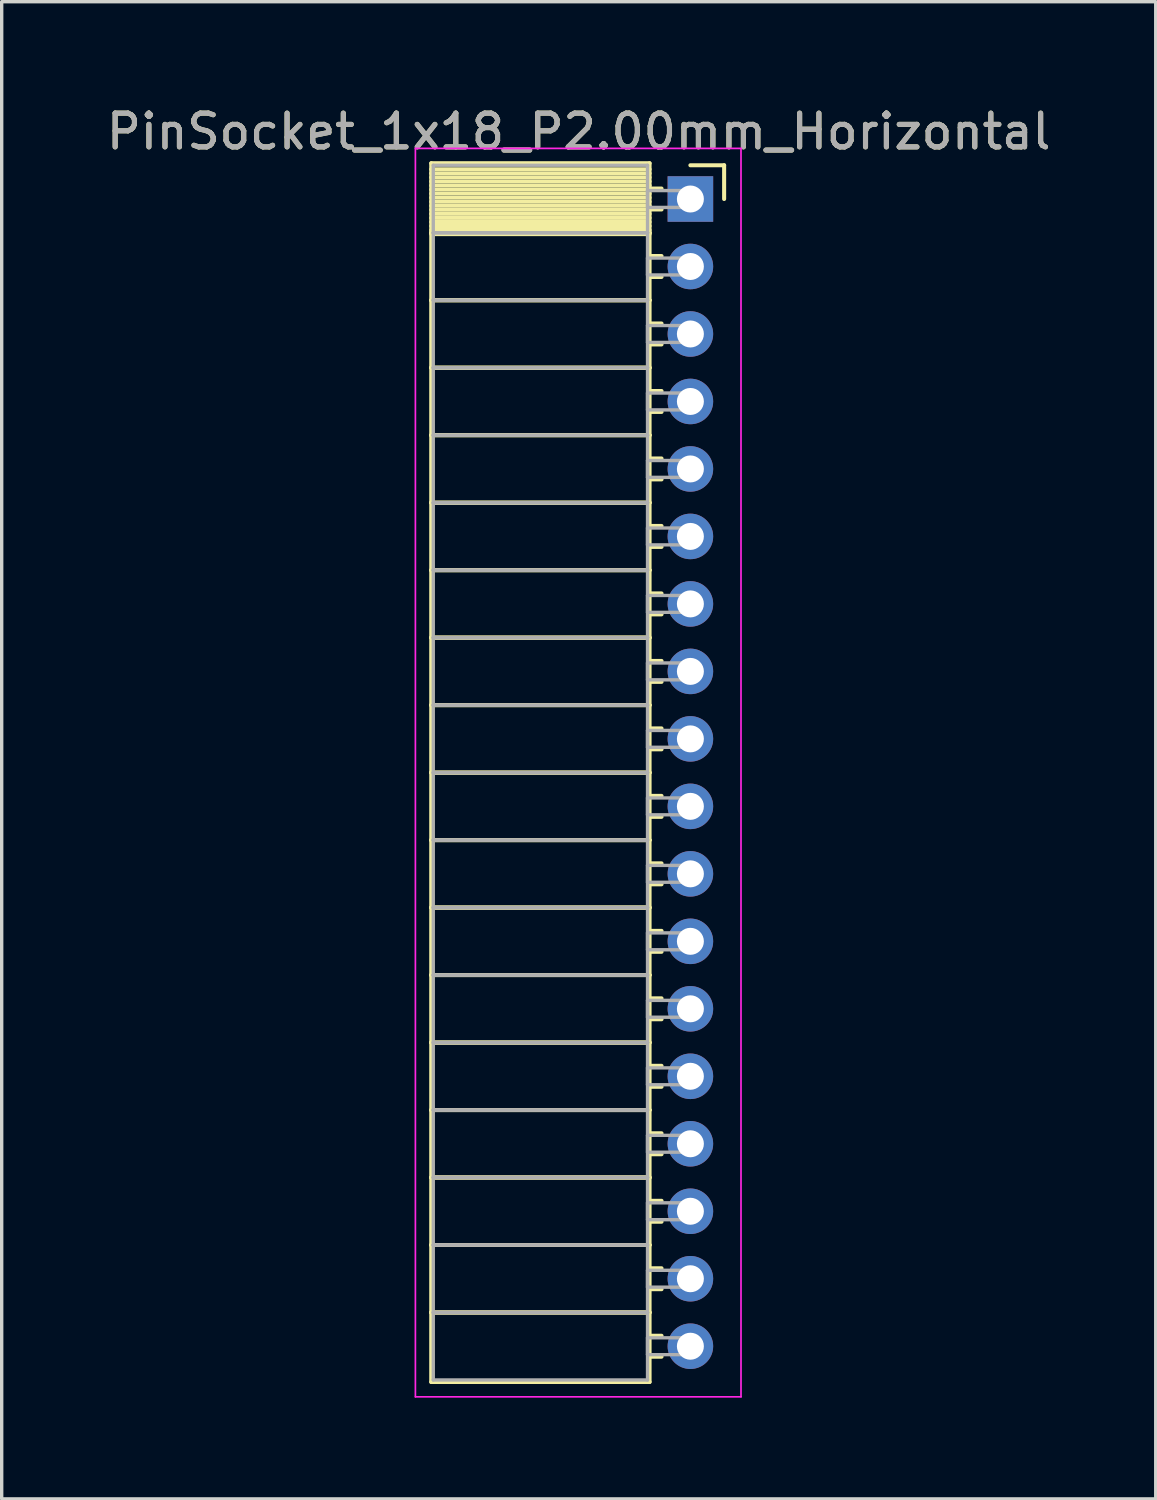
<source format=kicad_pcb>
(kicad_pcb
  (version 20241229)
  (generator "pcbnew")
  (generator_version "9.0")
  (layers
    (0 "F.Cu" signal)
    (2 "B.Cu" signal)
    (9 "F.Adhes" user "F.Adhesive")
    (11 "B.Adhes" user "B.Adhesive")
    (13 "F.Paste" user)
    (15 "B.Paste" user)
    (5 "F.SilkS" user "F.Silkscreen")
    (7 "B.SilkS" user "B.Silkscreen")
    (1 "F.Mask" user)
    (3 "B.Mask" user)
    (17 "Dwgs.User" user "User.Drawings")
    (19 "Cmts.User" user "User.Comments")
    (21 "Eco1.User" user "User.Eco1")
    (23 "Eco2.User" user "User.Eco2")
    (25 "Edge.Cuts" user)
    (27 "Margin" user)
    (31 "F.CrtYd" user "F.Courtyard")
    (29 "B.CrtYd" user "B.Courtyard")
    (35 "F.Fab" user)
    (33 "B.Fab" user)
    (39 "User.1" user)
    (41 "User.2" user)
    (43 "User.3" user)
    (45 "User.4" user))
  (footprint "PinSocket_1x18_P2.00mm_Horizontal"
    (layer "F.Cu")
    (at 17.411 2.848)
    (property "Reference" "PinSocket_1x18_P2.00mm_Horizontal" (at -3.31 -2 0) (layer "F.SilkS") (effects (font (size 1 1) (thickness 0.15))))
    (attr through_hole)
    (fp_line (start -7.68 -1.06) (end -1.21 -1.06) (stroke (width 0.12) (type solid)) (layer "F.SilkS"))
    (fp_line (start -7.68 1) (end -7.68 -1.06) (stroke (width 0.12) (type solid)) (layer "F.SilkS"))
    (fp_line (start -7.68 1) (end -1.21 1) (stroke (width 0.12) (type solid)) (layer "F.SilkS"))
    (fp_line (start -7.68 3) (end -7.68 1) (stroke (width 0.12) (type solid)) (layer "F.SilkS"))
    (fp_line (start -7.68 3) (end -1.21 3) (stroke (width 0.12) (type solid)) (layer "F.SilkS"))
    (fp_line (start -7.68 5) (end -7.68 3) (stroke (width 0.12) (type solid)) (layer "F.SilkS"))
    (fp_line (start -7.68 5) (end -1.21 5) (stroke (width 0.12) (type solid)) (layer "F.SilkS"))
    (fp_line (start -7.68 7) (end -7.68 5) (stroke (width 0.12) (type solid)) (layer "F.SilkS"))
    (fp_line (start -7.68 7) (end -1.21 7) (stroke (width 0.12) (type solid)) (layer "F.SilkS"))
    (fp_line (start -7.68 9) (end -7.68 7) (stroke (width 0.12) (type solid)) (layer "F.SilkS"))
    (fp_line (start -7.68 9) (end -1.21 9) (stroke (width 0.12) (type solid)) (layer "F.SilkS"))
    (fp_line (start -7.68 11) (end -7.68 9) (stroke (width 0.12) (type solid)) (layer "F.SilkS"))
    (fp_line (start -7.68 11) (end -1.21 11) (stroke (width 0.12) (type solid)) (layer "F.SilkS"))
    (fp_line (start -7.68 13) (end -7.68 11) (stroke (width 0.12) (type solid)) (layer "F.SilkS"))
    (fp_line (start -7.68 13) (end -1.21 13) (stroke (width 0.12) (type solid)) (layer "F.SilkS"))
    (fp_line (start -7.68 15) (end -7.68 13) (stroke (width 0.12) (type solid)) (layer "F.SilkS"))
    (fp_line (start -7.68 15) (end -1.21 15) (stroke (width 0.12) (type solid)) (layer "F.SilkS"))
    (fp_line (start -7.68 17) (end -7.68 15) (stroke (width 0.12) (type solid)) (layer "F.SilkS"))
    (fp_line (start -7.68 17) (end -1.21 17) (stroke (width 0.12) (type solid)) (layer "F.SilkS"))
    (fp_line (start -7.68 19) (end -7.68 17) (stroke (width 0.12) (type solid)) (layer "F.SilkS"))
    (fp_line (start -7.68 19) (end -1.21 19) (stroke (width 0.12) (type solid)) (layer "F.SilkS"))
    (fp_line (start -7.68 21) (end -7.68 19) (stroke (width 0.12) (type solid)) (layer "F.SilkS"))
    (fp_line (start -7.68 21) (end -1.21 21) (stroke (width 0.12) (type solid)) (layer "F.SilkS"))
    (fp_line (start -7.68 23) (end -7.68 21) (stroke (width 0.12) (type solid)) (layer "F.SilkS"))
    (fp_line (start -7.68 23) (end -1.21 23) (stroke (width 0.12) (type solid)) (layer "F.SilkS"))
    (fp_line (start -7.68 25) (end -7.68 23) (stroke (width 0.12) (type solid)) (layer "F.SilkS"))
    (fp_line (start -7.68 25) (end -1.21 25) (stroke (width 0.12) (type solid)) (layer "F.SilkS"))
    (fp_line (start -7.68 27) (end -7.68 25) (stroke (width 0.12) (type solid)) (layer "F.SilkS"))
    (fp_line (start -7.68 27) (end -1.21 27) (stroke (width 0.12) (type solid)) (layer "F.SilkS"))
    (fp_line (start -7.68 29) (end -7.68 27) (stroke (width 0.12) (type solid)) (layer "F.SilkS"))
    (fp_line (start -7.68 29) (end -1.21 29) (stroke (width 0.12) (type solid)) (layer "F.SilkS"))
    (fp_line (start -7.68 31) (end -7.68 29) (stroke (width 0.12) (type solid)) (layer "F.SilkS"))
    (fp_line (start -7.68 31) (end -1.21 31) (stroke (width 0.12) (type solid)) (layer "F.SilkS"))
    (fp_line (start -7.68 33) (end -7.68 31) (stroke (width 0.12) (type solid)) (layer "F.SilkS"))
    (fp_line (start -7.68 33) (end -1.21 33) (stroke (width 0.12) (type solid)) (layer "F.SilkS"))
    (fp_line (start -7.68 35.06) (end -7.68 33) (stroke (width 0.12) (type solid)) (layer "F.SilkS"))
    (fp_line (start -1.21 -1.06) (end -1.21 1) (stroke (width 0.12) (type solid)) (layer "F.SilkS"))
    (fp_line (start -1.21 -0.88) (end -7.68 -0.88) (stroke (width 0.12) (type solid)) (layer "F.SilkS"))
    (fp_line (start -1.21 -0.76) (end -7.68 -0.76) (stroke (width 0.12) (type solid)) (layer "F.SilkS"))
    (fp_line (start -1.21 -0.64) (end -7.68 -0.64) (stroke (width 0.12) (type solid)) (layer "F.SilkS"))
    (fp_line (start -1.21 -0.52) (end -7.68 -0.52) (stroke (width 0.12) (type solid)) (layer "F.SilkS"))
    (fp_line (start -1.21 -0.4) (end -7.68 -0.4) (stroke (width 0.12) (type solid)) (layer "F.SilkS"))
    (fp_line (start -1.21 -0.28) (end -7.68 -0.28) (stroke (width 0.12) (type solid)) (layer "F.SilkS"))
    (fp_line (start -1.21 -0.16) (end -7.68 -0.16) (stroke (width 0.12) (type solid)) (layer "F.SilkS"))
    (fp_line (start -1.21 -0.04) (end -7.68 -0.04) (stroke (width 0.12) (type solid)) (layer "F.SilkS"))
    (fp_line (start -1.21 0.08) (end -7.68 0.08) (stroke (width 0.12) (type solid)) (layer "F.SilkS"))
    (fp_line (start -1.21 0.2) (end -7.68 0.2) (stroke (width 0.12) (type solid)) (layer "F.SilkS"))
    (fp_line (start -1.21 0.32) (end -7.68 0.32) (stroke (width 0.12) (type solid)) (layer "F.SilkS"))
    (fp_line (start -1.21 0.44) (end -7.68 0.44) (stroke (width 0.12) (type solid)) (layer "F.SilkS"))
    (fp_line (start -1.21 0.56) (end -7.68 0.56) (stroke (width 0.12) (type solid)) (layer "F.SilkS"))
    (fp_line (start -1.21 0.68) (end -7.68 0.68) (stroke (width 0.12) (type solid)) (layer "F.SilkS"))
    (fp_line (start -1.21 0.8) (end -7.68 0.8) (stroke (width 0.12) (type solid)) (layer "F.SilkS"))
    (fp_line (start -1.21 0.92) (end -7.68 0.92) (stroke (width 0.12) (type solid)) (layer "F.SilkS"))
    (fp_line (start -1.21 1) (end -7.68 1) (stroke (width 0.12) (type solid)) (layer "F.SilkS"))
    (fp_line (start -1.21 1) (end -1.21 3) (stroke (width 0.12) (type solid)) (layer "F.SilkS"))
    (fp_line (start -1.21 1.04) (end -7.68 1.04) (stroke (width 0.12) (type solid)) (layer "F.SilkS"))
    (fp_line (start -1.21 3) (end -7.68 3) (stroke (width 0.12) (type solid)) (layer "F.SilkS"))
    (fp_line (start -1.21 3) (end -1.21 5) (stroke (width 0.12) (type solid)) (layer "F.SilkS"))
    (fp_line (start -1.21 5) (end -7.68 5) (stroke (width 0.12) (type solid)) (layer "F.SilkS"))
    (fp_line (start -1.21 5) (end -1.21 7) (stroke (width 0.12) (type solid)) (layer "F.SilkS"))
    (fp_line (start -1.21 7) (end -7.68 7) (stroke (width 0.12) (type solid)) (layer "F.SilkS"))
    (fp_line (start -1.21 7) (end -1.21 9) (stroke (width 0.12) (type solid)) (layer "F.SilkS"))
    (fp_line (start -1.21 9) (end -7.68 9) (stroke (width 0.12) (type solid)) (layer "F.SilkS"))
    (fp_line (start -1.21 9) (end -1.21 11) (stroke (width 0.12) (type solid)) (layer "F.SilkS"))
    (fp_line (start -1.21 11) (end -7.68 11) (stroke (width 0.12) (type solid)) (layer "F.SilkS"))
    (fp_line (start -1.21 11) (end -1.21 13) (stroke (width 0.12) (type solid)) (layer "F.SilkS"))
    (fp_line (start -1.21 13) (end -7.68 13) (stroke (width 0.12) (type solid)) (layer "F.SilkS"))
    (fp_line (start -1.21 13) (end -1.21 15) (stroke (width 0.12) (type solid)) (layer "F.SilkS"))
    (fp_line (start -1.21 15) (end -7.68 15) (stroke (width 0.12) (type solid)) (layer "F.SilkS"))
    (fp_line (start -1.21 15) (end -1.21 17) (stroke (width 0.12) (type solid)) (layer "F.SilkS"))
    (fp_line (start -1.21 17) (end -7.68 17) (stroke (width 0.12) (type solid)) (layer "F.SilkS"))
    (fp_line (start -1.21 17) (end -1.21 19) (stroke (width 0.12) (type solid)) (layer "F.SilkS"))
    (fp_line (start -1.21 19) (end -7.68 19) (stroke (width 0.12) (type solid)) (layer "F.SilkS"))
    (fp_line (start -1.21 19) (end -1.21 21) (stroke (width 0.12) (type solid)) (layer "F.SilkS"))
    (fp_line (start -1.21 21) (end -7.68 21) (stroke (width 0.12) (type solid)) (layer "F.SilkS"))
    (fp_line (start -1.21 21) (end -1.21 23) (stroke (width 0.12) (type solid)) (layer "F.SilkS"))
    (fp_line (start -1.21 23) (end -7.68 23) (stroke (width 0.12) (type solid)) (layer "F.SilkS"))
    (fp_line (start -1.21 23) (end -1.21 25) (stroke (width 0.12) (type solid)) (layer "F.SilkS"))
    (fp_line (start -1.21 25) (end -7.68 25) (stroke (width 0.12) (type solid)) (layer "F.SilkS"))
    (fp_line (start -1.21 25) (end -1.21 27) (stroke (width 0.12) (type solid)) (layer "F.SilkS"))
    (fp_line (start -1.21 27) (end -7.68 27) (stroke (width 0.12) (type solid)) (layer "F.SilkS"))
    (fp_line (start -1.21 27) (end -1.21 29) (stroke (width 0.12) (type solid)) (layer "F.SilkS"))
    (fp_line (start -1.21 29) (end -7.68 29) (stroke (width 0.12) (type solid)) (layer "F.SilkS"))
    (fp_line (start -1.21 29) (end -1.21 31) (stroke (width 0.12) (type solid)) (layer "F.SilkS"))
    (fp_line (start -1.21 31) (end -7.68 31) (stroke (width 0.12) (type solid)) (layer "F.SilkS"))
    (fp_line (start -1.21 31) (end -1.21 33) (stroke (width 0.12) (type solid)) (layer "F.SilkS"))
    (fp_line (start -1.21 33) (end -7.68 33) (stroke (width 0.12) (type solid)) (layer "F.SilkS"))
    (fp_line (start -1.21 33) (end -1.21 35.06) (stroke (width 0.12) (type solid)) (layer "F.SilkS"))
    (fp_line (start -1.21 35.06) (end -7.68 35.06) (stroke (width 0.12) (type solid)) (layer "F.SilkS"))
    (fp_line (start -0.855 -0.31) (end -1.21 -0.31) (stroke (width 0.12) (type solid)) (layer "F.SilkS"))
    (fp_line (start -0.855 0.31) (end -1.21 0.31) (stroke (width 0.12) (type solid)) (layer "F.SilkS"))
    (fp_line (start -0.855 1.69) (end -1.21 1.69) (stroke (width 0.12) (type solid)) (layer "F.SilkS"))
    (fp_line (start -0.855 2.31) (end -1.21 2.31) (stroke (width 0.12) (type solid)) (layer "F.SilkS"))
    (fp_line (start -0.855 3.69) (end -1.21 3.69) (stroke (width 0.12) (type solid)) (layer "F.SilkS"))
    (fp_line (start -0.855 4.31) (end -1.21 4.31) (stroke (width 0.12) (type solid)) (layer "F.SilkS"))
    (fp_line (start -0.855 5.69) (end -1.21 5.69) (stroke (width 0.12) (type solid)) (layer "F.SilkS"))
    (fp_line (start -0.855 6.31) (end -1.21 6.31) (stroke (width 0.12) (type solid)) (layer "F.SilkS"))
    (fp_line (start -0.855 7.69) (end -1.21 7.69) (stroke (width 0.12) (type solid)) (layer "F.SilkS"))
    (fp_line (start -0.855 8.31) (end -1.21 8.31) (stroke (width 0.12) (type solid)) (layer "F.SilkS"))
    (fp_line (start -0.855 9.69) (end -1.21 9.69) (stroke (width 0.12) (type solid)) (layer "F.SilkS"))
    (fp_line (start -0.855 10.31) (end -1.21 10.31) (stroke (width 0.12) (type solid)) (layer "F.SilkS"))
    (fp_line (start -0.855 11.69) (end -1.21 11.69) (stroke (width 0.12) (type solid)) (layer "F.SilkS"))
    (fp_line (start -0.855 12.31) (end -1.21 12.31) (stroke (width 0.12) (type solid)) (layer "F.SilkS"))
    (fp_line (start -0.855 13.69) (end -1.21 13.69) (stroke (width 0.12) (type solid)) (layer "F.SilkS"))
    (fp_line (start -0.855 14.31) (end -1.21 14.31) (stroke (width 0.12) (type solid)) (layer "F.SilkS"))
    (fp_line (start -0.855 15.69) (end -1.21 15.69) (stroke (width 0.12) (type solid)) (layer "F.SilkS"))
    (fp_line (start -0.855 16.31) (end -1.21 16.31) (stroke (width 0.12) (type solid)) (layer "F.SilkS"))
    (fp_line (start -0.855 17.69) (end -1.21 17.69) (stroke (width 0.12) (type solid)) (layer "F.SilkS"))
    (fp_line (start -0.855 18.31) (end -1.21 18.31) (stroke (width 0.12) (type solid)) (layer "F.SilkS"))
    (fp_line (start -0.855 19.69) (end -1.21 19.69) (stroke (width 0.12) (type solid)) (layer "F.SilkS"))
    (fp_line (start -0.855 20.31) (end -1.21 20.31) (stroke (width 0.12) (type solid)) (layer "F.SilkS"))
    (fp_line (start -0.855 21.69) (end -1.21 21.69) (stroke (width 0.12) (type solid)) (layer "F.SilkS"))
    (fp_line (start -0.855 22.31) (end -1.21 22.31) (stroke (width 0.12) (type solid)) (layer "F.SilkS"))
    (fp_line (start -0.855 23.69) (end -1.21 23.69) (stroke (width 0.12) (type solid)) (layer "F.SilkS"))
    (fp_line (start -0.855 24.31) (end -1.21 24.31) (stroke (width 0.12) (type solid)) (layer "F.SilkS"))
    (fp_line (start -0.855 25.69) (end -1.21 25.69) (stroke (width 0.12) (type solid)) (layer "F.SilkS"))
    (fp_line (start -0.855 26.31) (end -1.21 26.31) (stroke (width 0.12) (type solid)) (layer "F.SilkS"))
    (fp_line (start -0.855 27.69) (end -1.21 27.69) (stroke (width 0.12) (type solid)) (layer "F.SilkS"))
    (fp_line (start -0.855 28.31) (end -1.21 28.31) (stroke (width 0.12) (type solid)) (layer "F.SilkS"))
    (fp_line (start -0.855 29.69) (end -1.21 29.69) (stroke (width 0.12) (type solid)) (layer "F.SilkS"))
    (fp_line (start -0.855 30.31) (end -1.21 30.31) (stroke (width 0.12) (type solid)) (layer "F.SilkS"))
    (fp_line (start -0.855 31.69) (end -1.21 31.69) (stroke (width 0.12) (type solid)) (layer "F.SilkS"))
    (fp_line (start -0.855 32.31) (end -1.21 32.31) (stroke (width 0.12) (type solid)) (layer "F.SilkS"))
    (fp_line (start -0.855 33.69) (end -1.21 33.69) (stroke (width 0.12) (type solid)) (layer "F.SilkS"))
    (fp_line (start -0.855 34.31) (end -1.21 34.31) (stroke (width 0.12) (type solid)) (layer "F.SilkS"))
    (fp_line (start 0 -1) (end 1 -1) (stroke (width 0.12) (type solid)) (layer "F.SilkS"))
    (fp_line (start 1 -1) (end 1 0) (stroke (width 0.12) (type solid)) (layer "F.SilkS"))
    (fp_line (start -8.15 -1.5) (end 1.5 -1.5) (stroke (width 0.05) (type solid)) (layer "F.CrtYd"))
    (fp_line (start -8.15 35.5) (end -8.15 -1.5) (stroke (width 0.05) (type solid)) (layer "F.CrtYd"))
    (fp_line (start 1.5 -1.5) (end 1.5 35.5) (stroke (width 0.05) (type solid)) (layer "F.CrtYd"))
    (fp_line (start 1.5 35.5) (end -8.15 35.5) (stroke (width 0.05) (type solid)) (layer "F.CrtYd"))
    (fp_line (start -7.62 -1) (end -1.27 -1) (stroke (width 0.1) (type solid)) (layer "F.Fab"))
    (fp_line (start -7.62 1) (end -7.62 -1) (stroke (width 0.1) (type solid)) (layer "F.Fab"))
    (fp_line (start -7.62 1) (end -1.27 1) (stroke (width 0.1) (type solid)) (layer "F.Fab"))
    (fp_line (start -7.62 3) (end -7.62 1) (stroke (width 0.1) (type solid)) (layer "F.Fab"))
    (fp_line (start -7.62 3) (end -1.27 3) (stroke (width 0.1) (type solid)) (layer "F.Fab"))
    (fp_line (start -7.62 5) (end -7.62 3) (stroke (width 0.1) (type solid)) (layer "F.Fab"))
    (fp_line (start -7.62 5) (end -1.27 5) (stroke (width 0.1) (type solid)) (layer "F.Fab"))
    (fp_line (start -7.62 7) (end -7.62 5) (stroke (width 0.1) (type solid)) (layer "F.Fab"))
    (fp_line (start -7.62 7) (end -1.27 7) (stroke (width 0.1) (type solid)) (layer "F.Fab"))
    (fp_line (start -7.62 9) (end -7.62 7) (stroke (width 0.1) (type solid)) (layer "F.Fab"))
    (fp_line (start -7.62 9) (end -1.27 9) (stroke (width 0.1) (type solid)) (layer "F.Fab"))
    (fp_line (start -7.62 11) (end -7.62 9) (stroke (width 0.1) (type solid)) (layer "F.Fab"))
    (fp_line (start -7.62 11) (end -1.27 11) (stroke (width 0.1) (type solid)) (layer "F.Fab"))
    (fp_line (start -7.62 13) (end -7.62 11) (stroke (width 0.1) (type solid)) (layer "F.Fab"))
    (fp_line (start -7.62 13) (end -1.27 13) (stroke (width 0.1) (type solid)) (layer "F.Fab"))
    (fp_line (start -7.62 15) (end -7.62 13) (stroke (width 0.1) (type solid)) (layer "F.Fab"))
    (fp_line (start -7.62 15) (end -1.27 15) (stroke (width 0.1) (type solid)) (layer "F.Fab"))
    (fp_line (start -7.62 17) (end -7.62 15) (stroke (width 0.1) (type solid)) (layer "F.Fab"))
    (fp_line (start -7.62 17) (end -1.27 17) (stroke (width 0.1) (type solid)) (layer "F.Fab"))
    (fp_line (start -7.62 19) (end -7.62 17) (stroke (width 0.1) (type solid)) (layer "F.Fab"))
    (fp_line (start -7.62 19) (end -1.27 19) (stroke (width 0.1) (type solid)) (layer "F.Fab"))
    (fp_line (start -7.62 21) (end -7.62 19) (stroke (width 0.1) (type solid)) (layer "F.Fab"))
    (fp_line (start -7.62 21) (end -1.27 21) (stroke (width 0.1) (type solid)) (layer "F.Fab"))
    (fp_line (start -7.62 23) (end -7.62 21) (stroke (width 0.1) (type solid)) (layer "F.Fab"))
    (fp_line (start -7.62 23) (end -1.27 23) (stroke (width 0.1) (type solid)) (layer "F.Fab"))
    (fp_line (start -7.62 25) (end -7.62 23) (stroke (width 0.1) (type solid)) (layer "F.Fab"))
    (fp_line (start -7.62 25) (end -1.27 25) (stroke (width 0.1) (type solid)) (layer "F.Fab"))
    (fp_line (start -7.62 27) (end -7.62 25) (stroke (width 0.1) (type solid)) (layer "F.Fab"))
    (fp_line (start -7.62 27) (end -1.27 27) (stroke (width 0.1) (type solid)) (layer "F.Fab"))
    (fp_line (start -7.62 29) (end -7.62 27) (stroke (width 0.1) (type solid)) (layer "F.Fab"))
    (fp_line (start -7.62 29) (end -1.27 29) (stroke (width 0.1) (type solid)) (layer "F.Fab"))
    (fp_line (start -7.62 31) (end -7.62 29) (stroke (width 0.1) (type solid)) (layer "F.Fab"))
    (fp_line (start -7.62 31) (end -1.27 31) (stroke (width 0.1) (type solid)) (layer "F.Fab"))
    (fp_line (start -7.62 33) (end -7.62 31) (stroke (width 0.1) (type solid)) (layer "F.Fab"))
    (fp_line (start -7.62 33) (end -1.27 33) (stroke (width 0.1) (type solid)) (layer "F.Fab"))
    (fp_line (start -7.62 35) (end -7.62 33) (stroke (width 0.1) (type solid)) (layer "F.Fab"))
    (fp_line (start -1.27 -1) (end -1.27 1) (stroke (width 0.1) (type solid)) (layer "F.Fab"))
    (fp_line (start -1.27 -0.25) (end 0 -0.25) (stroke (width 0.1) (type solid)) (layer "F.Fab"))
    (fp_line (start -1.27 0.25) (end -1.27 -0.25) (stroke (width 0.1) (type solid)) (layer "F.Fab"))
    (fp_line (start -1.27 1) (end -7.62 1) (stroke (width 0.1) (type solid)) (layer "F.Fab"))
    (fp_line (start -1.27 1) (end -1.27 3) (stroke (width 0.1) (type solid)) (layer "F.Fab"))
    (fp_line (start -1.27 1.75) (end 0 1.75) (stroke (width 0.1) (type solid)) (layer "F.Fab"))
    (fp_line (start -1.27 2.25) (end -1.27 1.75) (stroke (width 0.1) (type solid)) (layer "F.Fab"))
    (fp_line (start -1.27 3) (end -7.62 3) (stroke (width 0.1) (type solid)) (layer "F.Fab"))
    (fp_line (start -1.27 3) (end -1.27 5) (stroke (width 0.1) (type solid)) (layer "F.Fab"))
    (fp_line (start -1.27 3.75) (end 0 3.75) (stroke (width 0.1) (type solid)) (layer "F.Fab"))
    (fp_line (start -1.27 4.25) (end -1.27 3.75) (stroke (width 0.1) (type solid)) (layer "F.Fab"))
    (fp_line (start -1.27 5) (end -7.62 5) (stroke (width 0.1) (type solid)) (layer "F.Fab"))
    (fp_line (start -1.27 5) (end -1.27 7) (stroke (width 0.1) (type solid)) (layer "F.Fab"))
    (fp_line (start -1.27 5.75) (end 0 5.75) (stroke (width 0.1) (type solid)) (layer "F.Fab"))
    (fp_line (start -1.27 6.25) (end -1.27 5.75) (stroke (width 0.1) (type solid)) (layer "F.Fab"))
    (fp_line (start -1.27 7) (end -7.62 7) (stroke (width 0.1) (type solid)) (layer "F.Fab"))
    (fp_line (start -1.27 7) (end -1.27 9) (stroke (width 0.1) (type solid)) (layer "F.Fab"))
    (fp_line (start -1.27 7.75) (end 0 7.75) (stroke (width 0.1) (type solid)) (layer "F.Fab"))
    (fp_line (start -1.27 8.25) (end -1.27 7.75) (stroke (width 0.1) (type solid)) (layer "F.Fab"))
    (fp_line (start -1.27 9) (end -7.62 9) (stroke (width 0.1) (type solid)) (layer "F.Fab"))
    (fp_line (start -1.27 9) (end -1.27 11) (stroke (width 0.1) (type solid)) (layer "F.Fab"))
    (fp_line (start -1.27 9.75) (end 0 9.75) (stroke (width 0.1) (type solid)) (layer "F.Fab"))
    (fp_line (start -1.27 10.25) (end -1.27 9.75) (stroke (width 0.1) (type solid)) (layer "F.Fab"))
    (fp_line (start -1.27 11) (end -7.62 11) (stroke (width 0.1) (type solid)) (layer "F.Fab"))
    (fp_line (start -1.27 11) (end -1.27 13) (stroke (width 0.1) (type solid)) (layer "F.Fab"))
    (fp_line (start -1.27 11.75) (end 0 11.75) (stroke (width 0.1) (type solid)) (layer "F.Fab"))
    (fp_line (start -1.27 12.25) (end -1.27 11.75) (stroke (width 0.1) (type solid)) (layer "F.Fab"))
    (fp_line (start -1.27 13) (end -7.62 13) (stroke (width 0.1) (type solid)) (layer "F.Fab"))
    (fp_line (start -1.27 13) (end -1.27 15) (stroke (width 0.1) (type solid)) (layer "F.Fab"))
    (fp_line (start -1.27 13.75) (end 0 13.75) (stroke (width 0.1) (type solid)) (layer "F.Fab"))
    (fp_line (start -1.27 14.25) (end -1.27 13.75) (stroke (width 0.1) (type solid)) (layer "F.Fab"))
    (fp_line (start -1.27 15) (end -7.62 15) (stroke (width 0.1) (type solid)) (layer "F.Fab"))
    (fp_line (start -1.27 15) (end -1.27 17) (stroke (width 0.1) (type solid)) (layer "F.Fab"))
    (fp_line (start -1.27 15.75) (end 0 15.75) (stroke (width 0.1) (type solid)) (layer "F.Fab"))
    (fp_line (start -1.27 16.25) (end -1.27 15.75) (stroke (width 0.1) (type solid)) (layer "F.Fab"))
    (fp_line (start -1.27 17) (end -7.62 17) (stroke (width 0.1) (type solid)) (layer "F.Fab"))
    (fp_line (start -1.27 17) (end -1.27 19) (stroke (width 0.1) (type solid)) (layer "F.Fab"))
    (fp_line (start -1.27 17.75) (end 0 17.75) (stroke (width 0.1) (type solid)) (layer "F.Fab"))
    (fp_line (start -1.27 18.25) (end -1.27 17.75) (stroke (width 0.1) (type solid)) (layer "F.Fab"))
    (fp_line (start -1.27 19) (end -7.62 19) (stroke (width 0.1) (type solid)) (layer "F.Fab"))
    (fp_line (start -1.27 19) (end -1.27 21) (stroke (width 0.1) (type solid)) (layer "F.Fab"))
    (fp_line (start -1.27 19.75) (end 0 19.75) (stroke (width 0.1) (type solid)) (layer "F.Fab"))
    (fp_line (start -1.27 20.25) (end -1.27 19.75) (stroke (width 0.1) (type solid)) (layer "F.Fab"))
    (fp_line (start -1.27 21) (end -7.62 21) (stroke (width 0.1) (type solid)) (layer "F.Fab"))
    (fp_line (start -1.27 21) (end -1.27 23) (stroke (width 0.1) (type solid)) (layer "F.Fab"))
    (fp_line (start -1.27 21.75) (end 0 21.75) (stroke (width 0.1) (type solid)) (layer "F.Fab"))
    (fp_line (start -1.27 22.25) (end -1.27 21.75) (stroke (width 0.1) (type solid)) (layer "F.Fab"))
    (fp_line (start -1.27 23) (end -7.62 23) (stroke (width 0.1) (type solid)) (layer "F.Fab"))
    (fp_line (start -1.27 23) (end -1.27 25) (stroke (width 0.1) (type solid)) (layer "F.Fab"))
    (fp_line (start -1.27 23.75) (end 0 23.75) (stroke (width 0.1) (type solid)) (layer "F.Fab"))
    (fp_line (start -1.27 24.25) (end -1.27 23.75) (stroke (width 0.1) (type solid)) (layer "F.Fab"))
    (fp_line (start -1.27 25) (end -7.62 25) (stroke (width 0.1) (type solid)) (layer "F.Fab"))
    (fp_line (start -1.27 25) (end -1.27 27) (stroke (width 0.1) (type solid)) (layer "F.Fab"))
    (fp_line (start -1.27 25.75) (end 0 25.75) (stroke (width 0.1) (type solid)) (layer "F.Fab"))
    (fp_line (start -1.27 26.25) (end -1.27 25.75) (stroke (width 0.1) (type solid)) (layer "F.Fab"))
    (fp_line (start -1.27 27) (end -7.62 27) (stroke (width 0.1) (type solid)) (layer "F.Fab"))
    (fp_line (start -1.27 27) (end -1.27 29) (stroke (width 0.1) (type solid)) (layer "F.Fab"))
    (fp_line (start -1.27 27.75) (end 0 27.75) (stroke (width 0.1) (type solid)) (layer "F.Fab"))
    (fp_line (start -1.27 28.25) (end -1.27 27.75) (stroke (width 0.1) (type solid)) (layer "F.Fab"))
    (fp_line (start -1.27 29) (end -7.62 29) (stroke (width 0.1) (type solid)) (layer "F.Fab"))
    (fp_line (start -1.27 29) (end -1.27 31) (stroke (width 0.1) (type solid)) (layer "F.Fab"))
    (fp_line (start -1.27 29.75) (end 0 29.75) (stroke (width 0.1) (type solid)) (layer "F.Fab"))
    (fp_line (start -1.27 30.25) (end -1.27 29.75) (stroke (width 0.1) (type solid)) (layer "F.Fab"))
    (fp_line (start -1.27 31) (end -7.62 31) (stroke (width 0.1) (type solid)) (layer "F.Fab"))
    (fp_line (start -1.27 31) (end -1.27 33) (stroke (width 0.1) (type solid)) (layer "F.Fab"))
    (fp_line (start -1.27 31.75) (end 0 31.75) (stroke (width 0.1) (type solid)) (layer "F.Fab"))
    (fp_line (start -1.27 32.25) (end -1.27 31.75) (stroke (width 0.1) (type solid)) (layer "F.Fab"))
    (fp_line (start -1.27 33) (end -7.62 33) (stroke (width 0.1) (type solid)) (layer "F.Fab"))
    (fp_line (start -1.27 33) (end -1.27 35) (stroke (width 0.1) (type solid)) (layer "F.Fab"))
    (fp_line (start -1.27 33.75) (end 0 33.75) (stroke (width 0.1) (type solid)) (layer "F.Fab"))
    (fp_line (start -1.27 34.25) (end -1.27 33.75) (stroke (width 0.1) (type solid)) (layer "F.Fab"))
    (fp_line (start -1.27 35) (end -7.62 35) (stroke (width 0.1) (type solid)) (layer "F.Fab"))
    (fp_line (start 0 -0.25) (end 0 0.25) (stroke (width 0.1) (type solid)) (layer "F.Fab"))
    (fp_line (start 0 0.25) (end -1.27 0.25) (stroke (width 0.1) (type solid)) (layer "F.Fab"))
    (fp_line (start 0 1.75) (end 0 2.25) (stroke (width 0.1) (type solid)) (layer "F.Fab"))
    (fp_line (start 0 2.25) (end -1.27 2.25) (stroke (width 0.1) (type solid)) (layer "F.Fab"))
    (fp_line (start 0 3.75) (end 0 4.25) (stroke (width 0.1) (type solid)) (layer "F.Fab"))
    (fp_line (start 0 4.25) (end -1.27 4.25) (stroke (width 0.1) (type solid)) (layer "F.Fab"))
    (fp_line (start 0 5.75) (end 0 6.25) (stroke (width 0.1) (type solid)) (layer "F.Fab"))
    (fp_line (start 0 6.25) (end -1.27 6.25) (stroke (width 0.1) (type solid)) (layer "F.Fab"))
    (fp_line (start 0 7.75) (end 0 8.25) (stroke (width 0.1) (type solid)) (layer "F.Fab"))
    (fp_line (start 0 8.25) (end -1.27 8.25) (stroke (width 0.1) (type solid)) (layer "F.Fab"))
    (fp_line (start 0 9.75) (end 0 10.25) (stroke (width 0.1) (type solid)) (layer "F.Fab"))
    (fp_line (start 0 10.25) (end -1.27 10.25) (stroke (width 0.1) (type solid)) (layer "F.Fab"))
    (fp_line (start 0 11.75) (end 0 12.25) (stroke (width 0.1) (type solid)) (layer "F.Fab"))
    (fp_line (start 0 12.25) (end -1.27 12.25) (stroke (width 0.1) (type solid)) (layer "F.Fab"))
    (fp_line (start 0 13.75) (end 0 14.25) (stroke (width 0.1) (type solid)) (layer "F.Fab"))
    (fp_line (start 0 14.25) (end -1.27 14.25) (stroke (width 0.1) (type solid)) (layer "F.Fab"))
    (fp_line (start 0 15.75) (end 0 16.25) (stroke (width 0.1) (type solid)) (layer "F.Fab"))
    (fp_line (start 0 16.25) (end -1.27 16.25) (stroke (width 0.1) (type solid)) (layer "F.Fab"))
    (fp_line (start 0 17.75) (end 0 18.25) (stroke (width 0.1) (type solid)) (layer "F.Fab"))
    (fp_line (start 0 18.25) (end -1.27 18.25) (stroke (width 0.1) (type solid)) (layer "F.Fab"))
    (fp_line (start 0 19.75) (end 0 20.25) (stroke (width 0.1) (type solid)) (layer "F.Fab"))
    (fp_line (start 0 20.25) (end -1.27 20.25) (stroke (width 0.1) (type solid)) (layer "F.Fab"))
    (fp_line (start 0 21.75) (end 0 22.25) (stroke (width 0.1) (type solid)) (layer "F.Fab"))
    (fp_line (start 0 22.25) (end -1.27 22.25) (stroke (width 0.1) (type solid)) (layer "F.Fab"))
    (fp_line (start 0 23.75) (end 0 24.25) (stroke (width 0.1) (type solid)) (layer "F.Fab"))
    (fp_line (start 0 24.25) (end -1.27 24.25) (stroke (width 0.1) (type solid)) (layer "F.Fab"))
    (fp_line (start 0 25.75) (end 0 26.25) (stroke (width 0.1) (type solid)) (layer "F.Fab"))
    (fp_line (start 0 26.25) (end -1.27 26.25) (stroke (width 0.1) (type solid)) (layer "F.Fab"))
    (fp_line (start 0 27.75) (end 0 28.25) (stroke (width 0.1) (type solid)) (layer "F.Fab"))
    (fp_line (start 0 28.25) (end -1.27 28.25) (stroke (width 0.1) (type solid)) (layer "F.Fab"))
    (fp_line (start 0 29.75) (end 0 30.25) (stroke (width 0.1) (type solid)) (layer "F.Fab"))
    (fp_line (start 0 30.25) (end -1.27 30.25) (stroke (width 0.1) (type solid)) (layer "F.Fab"))
    (fp_line (start 0 31.75) (end 0 32.25) (stroke (width 0.1) (type solid)) (layer "F.Fab"))
    (fp_line (start 0 32.25) (end -1.27 32.25) (stroke (width 0.1) (type solid)) (layer "F.Fab"))
    (fp_line (start 0 33.75) (end 0 34.25) (stroke (width 0.1) (type solid)) (layer "F.Fab"))
    (fp_line (start 0 34.25) (end -1.27 34.25) (stroke (width 0.1) (type solid)) (layer "F.Fab"))
    (fp_text user "${REFERENCE}" (at -3.31 -2 0) (layer "F.Fab") (effects (font (size 1 1) (thickness 0.15))))
    (pad "1" thru_hole rect (at 0 0) (size 1.35 1.35) (drill 0.8) (layers "*.Cu" "*.Mask"))
    (pad "2" thru_hole oval (at 0 2) (size 1.35 1.35) (drill 0.8) (layers "*.Cu" "*.Mask"))
    (pad "3" thru_hole oval (at 0 4) (size 1.35 1.35) (drill 0.8) (layers "*.Cu" "*.Mask"))
    (pad "4" thru_hole oval (at 0 6) (size 1.35 1.35) (drill 0.8) (layers "*.Cu" "*.Mask"))
    (pad "5" thru_hole oval (at 0 8) (size 1.35 1.35) (drill 0.8) (layers "*.Cu" "*.Mask"))
    (pad "6" thru_hole oval (at 0 10) (size 1.35 1.35) (drill 0.8) (layers "*.Cu" "*.Mask"))
    (pad "7" thru_hole oval (at 0 12) (size 1.35 1.35) (drill 0.8) (layers "*.Cu" "*.Mask"))
    (pad "8" thru_hole oval (at 0 14) (size 1.35 1.35) (drill 0.8) (layers "*.Cu" "*.Mask"))
    (pad "9" thru_hole oval (at 0 16) (size 1.35 1.35) (drill 0.8) (layers "*.Cu" "*.Mask"))
    (pad "10" thru_hole oval (at 0 18) (size 1.35 1.35) (drill 0.8) (layers "*.Cu" "*.Mask"))
    (pad "11" thru_hole oval (at 0 20) (size 1.35 1.35) (drill 0.8) (layers "*.Cu" "*.Mask"))
    (pad "12" thru_hole oval (at 0 22) (size 1.35 1.35) (drill 0.8) (layers "*.Cu" "*.Mask"))
    (pad "13" thru_hole oval (at 0 24) (size 1.35 1.35) (drill 0.8) (layers "*.Cu" "*.Mask"))
    (pad "14" thru_hole oval (at 0 26) (size 1.35 1.35) (drill 0.8) (layers "*.Cu" "*.Mask"))
    (pad "15" thru_hole oval (at 0 28) (size 1.35 1.35) (drill 0.8) (layers "*.Cu" "*.Mask"))
    (pad "16" thru_hole oval (at 0 30) (size 1.35 1.35) (drill 0.8) (layers "*.Cu" "*.Mask"))
    (pad "17" thru_hole oval (at 0 32) (size 1.35 1.35) (drill 0.8) (layers "*.Cu" "*.Mask"))
    (pad "18" thru_hole oval (at 0 34) (size 1.35 1.35) (drill 0.8) (layers "*.Cu" "*.Mask")))
  (gr_rect
    (start -3 -3)
    (end 31.202 41.373)
    (stroke (width 0.1) (type default))
    (fill no)
    (layer "Edge.Cuts")))
</source>
